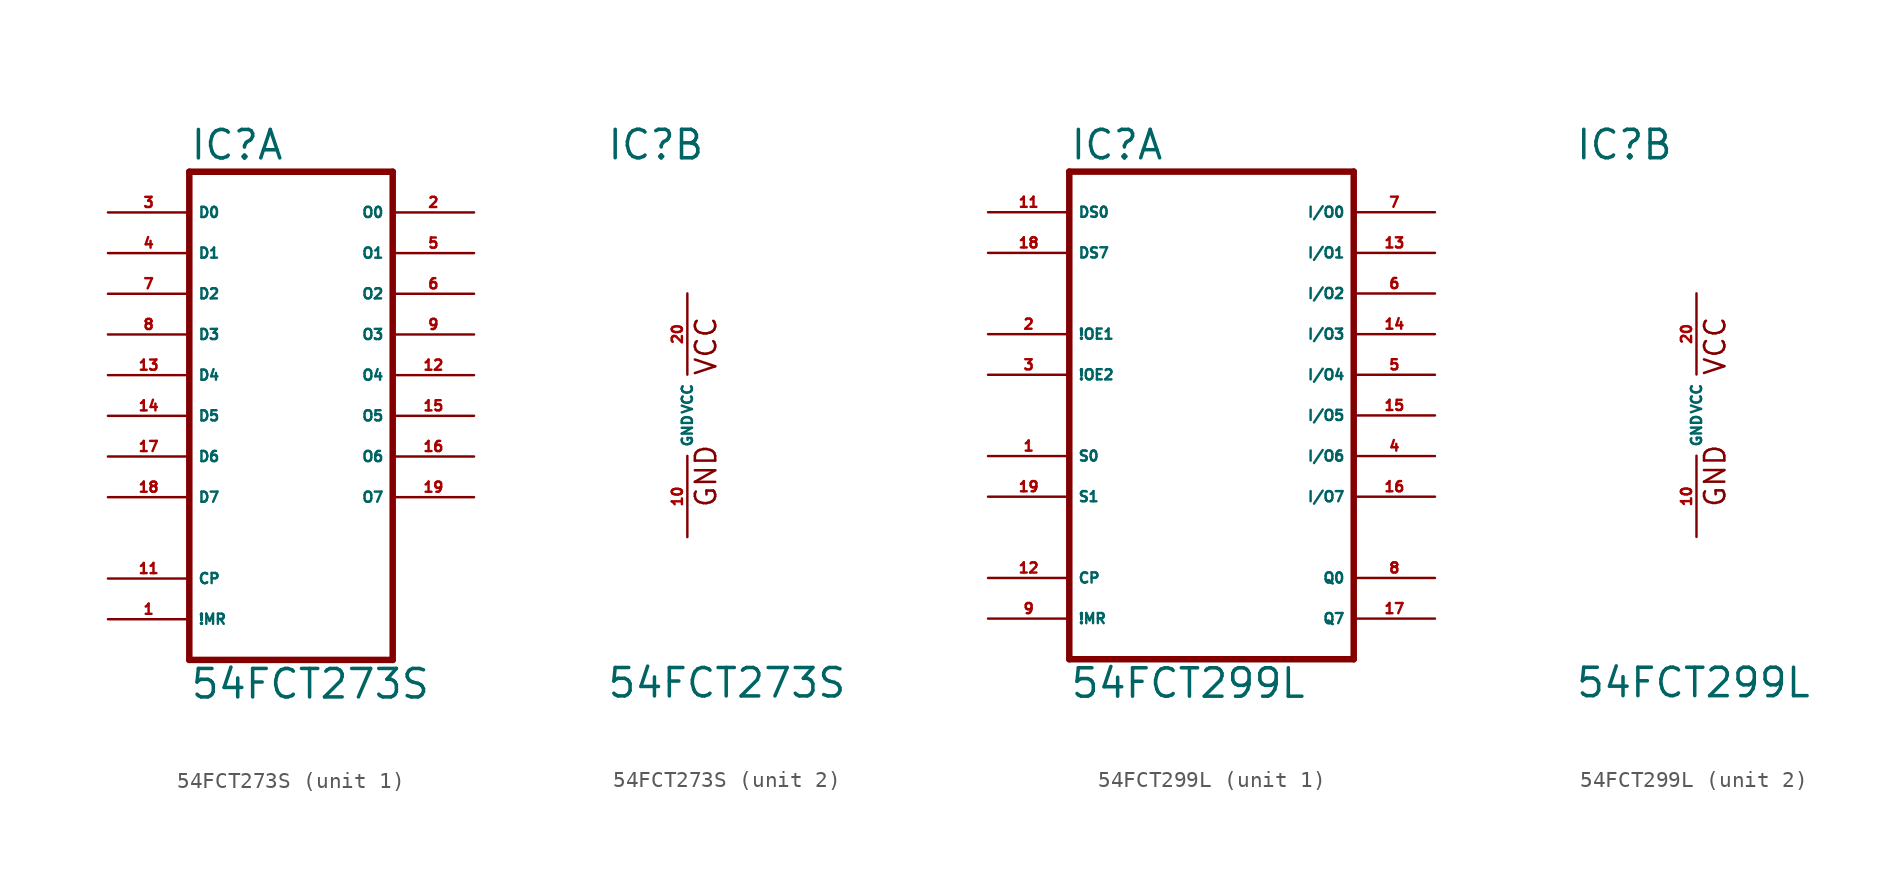
<source format=kicad_sym>
(kicad_symbol_lib
  (version 20220914)
  (generator Eagle2Kicad)
  (symbol "54FCT273S"
    (property "Reference" "IC"
      (at -5.08 15.875 0)
      (effects (font (size 1.778 1.778) (thickness 0.22)) (justify left bottom)))
    (property "Value" "54FCT273S"
      (at -5.08 -17.78 0)
      (effects (font (size 1.778 1.778) (thickness 0.22)) (justify left bottom)))
    (symbol "54FCT273S_1_0"
      (polyline (pts (xy -5.08 -15.24) (xy 7.62 -15.24)) (stroke (width 0.406) (type default)) (fill (type none)))
      (polyline (pts (xy 7.62 -15.24) (xy 7.62 15.24)) (stroke (width 0.406) (type default)) (fill (type none)))
      (polyline (pts (xy 7.62 15.24) (xy -5.08 15.24)) (stroke (width 0.406) (type default)) (fill (type none)))
      (polyline (pts (xy -5.08 15.24) (xy -5.08 -15.24)) (stroke (width 0.406) (type default)) (fill (type none)))
      (pin input line (at -10.16 12.7 0) (length 5.08) (name "D0" (effects (font (size 0.635 0.635) (thickness 0.08)) (justify left bottom))) (number "3" (effects (font (size 0.635 0.635) (thickness 0.08)) (justify left bottom))))
      (pin input line (at -10.16 10.16 0) (length 5.08) (name "D1" (effects (font (size 0.635 0.635) (thickness 0.08)) (justify left bottom))) (number "4" (effects (font (size 0.635 0.635) (thickness 0.08)) (justify left bottom))))
      (pin input line (at -10.16 7.62 0) (length 5.08) (name "D2" (effects (font (size 0.635 0.635) (thickness 0.08)) (justify left bottom))) (number "7" (effects (font (size 0.635 0.635) (thickness 0.08)) (justify left bottom))))
      (pin input line (at -10.16 5.08 0) (length 5.08) (name "D3" (effects (font (size 0.635 0.635) (thickness 0.08)) (justify left bottom))) (number "8" (effects (font (size 0.635 0.635) (thickness 0.08)) (justify left bottom))))
      (pin input line (at -10.16 2.54 0) (length 5.08) (name "D4" (effects (font (size 0.635 0.635) (thickness 0.08)) (justify left bottom))) (number "13" (effects (font (size 0.635 0.635) (thickness 0.08)) (justify left bottom))))
      (pin input line (at -10.16 0 0) (length 5.08) (name "D5" (effects (font (size 0.635 0.635) (thickness 0.08)) (justify left bottom))) (number "14" (effects (font (size 0.635 0.635) (thickness 0.08)) (justify left bottom))))
      (pin input line (at -10.16 -2.54 0) (length 5.08) (name "D6" (effects (font (size 0.635 0.635) (thickness 0.08)) (justify left bottom))) (number "17" (effects (font (size 0.635 0.635) (thickness 0.08)) (justify left bottom))))
      (pin input line (at -10.16 -5.08 0) (length 5.08) (name "D7" (effects (font (size 0.635 0.635) (thickness 0.08)) (justify left bottom))) (number "18" (effects (font (size 0.635 0.635) (thickness 0.08)) (justify left bottom))))
      (pin output line (at 12.7 12.7 180) (length 5.08) (name "O0" (effects (font (size 0.635 0.635) (thickness 0.08)) (justify left bottom))) (number "2" (effects (font (size 0.635 0.635) (thickness 0.08)) (justify left bottom))))
      (pin output line (at 12.7 10.16 180) (length 5.08) (name "O1" (effects (font (size 0.635 0.635) (thickness 0.08)) (justify left bottom))) (number "5" (effects (font (size 0.635 0.635) (thickness 0.08)) (justify left bottom))))
      (pin output line (at 12.7 7.62 180) (length 5.08) (name "O2" (effects (font (size 0.635 0.635) (thickness 0.08)) (justify left bottom))) (number "6" (effects (font (size 0.635 0.635) (thickness 0.08)) (justify left bottom))))
      (pin output line (at 12.7 5.08 180) (length 5.08) (name "O3" (effects (font (size 0.635 0.635) (thickness 0.08)) (justify left bottom))) (number "9" (effects (font (size 0.635 0.635) (thickness 0.08)) (justify left bottom))))
      (pin output line (at 12.7 2.54 180) (length 5.08) (name "O4" (effects (font (size 0.635 0.635) (thickness 0.08)) (justify left bottom))) (number "12" (effects (font (size 0.635 0.635) (thickness 0.08)) (justify left bottom))))
      (pin output line (at 12.7 0 180) (length 5.08) (name "O5" (effects (font (size 0.635 0.635) (thickness 0.08)) (justify left bottom))) (number "15" (effects (font (size 0.635 0.635) (thickness 0.08)) (justify left bottom))))
      (pin output line (at 12.7 -2.54 180) (length 5.08) (name "O6" (effects (font (size 0.635 0.635) (thickness 0.08)) (justify left bottom))) (number "16" (effects (font (size 0.635 0.635) (thickness 0.08)) (justify left bottom))))
      (pin output line (at 12.7 -5.08 180) (length 5.08) (name "O7" (effects (font (size 0.635 0.635) (thickness 0.08)) (justify left bottom))) (number "19" (effects (font (size 0.635 0.635) (thickness 0.08)) (justify left bottom))))
      (pin input line (at -10.16 -10.16 0) (length 5.08) (name "CP" (effects (font (size 0.635 0.635) (thickness 0.08)) (justify left bottom))) (number "11" (effects (font (size 0.635 0.635) (thickness 0.08)) (justify left bottom))))
      (pin input line (at -10.16 -12.7 0) (length 5.08) (name "!MR" (effects (font (size 0.635 0.635) (thickness 0.08)) (justify left bottom))) (number "1" (effects (font (size 0.635 0.635) (thickness 0.08)) (justify left bottom)))))
    (symbol "54FCT273S_2_0"
      (text "GND" (at 1.905 -5.842 900) (effects (font (size 1.27 1.27) (thickness 0.16)) (justify left bottom)))
      (text "VCC" (at 1.905 2.413 900) (effects (font (size 1.27 1.27) (thickness 0.16)) (justify left bottom)))
      (pin unspecified line (at 0 7.62 270) (length 5.08) (name "VCC" (effects (font (size 0.635 0.635) (thickness 0.08)) (justify left bottom))) (number "20" (effects (font (size 0.635 0.635) (thickness 0.08)) (justify left bottom))))
      (pin unspecified line (at 0 -7.62 90) (length 5.08) (name "GND" (effects (font (size 0.635 0.635) (thickness 0.08)) (justify left bottom))) (number "10" (effects (font (size 0.635 0.635) (thickness 0.08)) (justify left bottom))))))
  (symbol "54FCT299L"
    (property "Reference" "IC"
      (at -7.62 15.875 0)
      (effects (font (size 1.778 1.778) (thickness 0.22)) (justify left bottom)))
    (property "Value" "54FCT299L"
      (at -7.62 -17.78 0)
      (effects (font (size 1.778 1.778) (thickness 0.22)) (justify left bottom)))
    (symbol "54FCT299L_1_0"
      (polyline (pts (xy -7.62 -15.24) (xy 10.16 -15.24)) (stroke (width 0.406) (type default)) (fill (type none)))
      (polyline (pts (xy 10.16 -15.24) (xy 10.16 15.24)) (stroke (width 0.406) (type default)) (fill (type none)))
      (polyline (pts (xy 10.16 15.24) (xy -7.62 15.24)) (stroke (width 0.406) (type default)) (fill (type none)))
      (polyline (pts (xy -7.62 15.24) (xy -7.62 -15.24)) (stroke (width 0.406) (type default)) (fill (type none)))
      (pin bidirectional line (at 15.24 -5.08 180) (length 5.08) (name "I/O7" (effects (font (size 0.635 0.635) (thickness 0.08)) (justify left bottom))) (number "16" (effects (font (size 0.635 0.635) (thickness 0.08)) (justify left bottom))))
      (pin bidirectional line (at 15.24 -2.54 180) (length 5.08) (name "I/O6" (effects (font (size 0.635 0.635) (thickness 0.08)) (justify left bottom))) (number "4" (effects (font (size 0.635 0.635) (thickness 0.08)) (justify left bottom))))
      (pin bidirectional line (at 15.24 0 180) (length 5.08) (name "I/O5" (effects (font (size 0.635 0.635) (thickness 0.08)) (justify left bottom))) (number "15" (effects (font (size 0.635 0.635) (thickness 0.08)) (justify left bottom))))
      (pin bidirectional line (at 15.24 2.54 180) (length 5.08) (name "I/O4" (effects (font (size 0.635 0.635) (thickness 0.08)) (justify left bottom))) (number "5" (effects (font (size 0.635 0.635) (thickness 0.08)) (justify left bottom))))
      (pin bidirectional line (at 15.24 5.08 180) (length 5.08) (name "I/O3" (effects (font (size 0.635 0.635) (thickness 0.08)) (justify left bottom))) (number "14" (effects (font (size 0.635 0.635) (thickness 0.08)) (justify left bottom))))
      (pin bidirectional line (at 15.24 7.62 180) (length 5.08) (name "I/O2" (effects (font (size 0.635 0.635) (thickness 0.08)) (justify left bottom))) (number "6" (effects (font (size 0.635 0.635) (thickness 0.08)) (justify left bottom))))
      (pin bidirectional line (at 15.24 10.16 180) (length 5.08) (name "I/O1" (effects (font (size 0.635 0.635) (thickness 0.08)) (justify left bottom))) (number "13" (effects (font (size 0.635 0.635) (thickness 0.08)) (justify left bottom))))
      (pin bidirectional line (at 15.24 12.7 180) (length 5.08) (name "I/O0" (effects (font (size 0.635 0.635) (thickness 0.08)) (justify left bottom))) (number "7" (effects (font (size 0.635 0.635) (thickness 0.08)) (justify left bottom))))
      (pin bidirectional line (at -12.7 12.7 0) (length 5.08) (name "DS0" (effects (font (size 0.635 0.635) (thickness 0.08)) (justify left bottom))) (number "11" (effects (font (size 0.635 0.635) (thickness 0.08)) (justify left bottom))))
      (pin bidirectional line (at -12.7 10.16 0) (length 5.08) (name "DS7" (effects (font (size 0.635 0.635) (thickness 0.08)) (justify left bottom))) (number "18" (effects (font (size 0.635 0.635) (thickness 0.08)) (justify left bottom))))
      (pin bidirectional line (at -12.7 5.08 0) (length 5.08) (name "!OE1" (effects (font (size 0.635 0.635) (thickness 0.08)) (justify left bottom))) (number "2" (effects (font (size 0.635 0.635) (thickness 0.08)) (justify left bottom))))
      (pin bidirectional line (at -12.7 2.54 0) (length 5.08) (name "!OE2" (effects (font (size 0.635 0.635) (thickness 0.08)) (justify left bottom))) (number "3" (effects (font (size 0.635 0.635) (thickness 0.08)) (justify left bottom))))
      (pin bidirectional line (at -12.7 -2.54 0) (length 5.08) (name "S0" (effects (font (size 0.635 0.635) (thickness 0.08)) (justify left bottom))) (number "1" (effects (font (size 0.635 0.635) (thickness 0.08)) (justify left bottom))))
      (pin bidirectional line (at -12.7 -5.08 0) (length 5.08) (name "S1" (effects (font (size 0.635 0.635) (thickness 0.08)) (justify left bottom))) (number "19" (effects (font (size 0.635 0.635) (thickness 0.08)) (justify left bottom))))
      (pin bidirectional line (at -12.7 -10.16 0) (length 5.08) (name "CP" (effects (font (size 0.635 0.635) (thickness 0.08)) (justify left bottom))) (number "12" (effects (font (size 0.635 0.635) (thickness 0.08)) (justify left bottom))))
      (pin bidirectional line (at -12.7 -12.7 0) (length 5.08) (name "!MR" (effects (font (size 0.635 0.635) (thickness 0.08)) (justify left bottom))) (number "9" (effects (font (size 0.635 0.635) (thickness 0.08)) (justify left bottom))))
      (pin output line (at 15.24 -10.16 180) (length 5.08) (name "Q0" (effects (font (size 0.635 0.635) (thickness 0.08)) (justify left bottom))) (number "8" (effects (font (size 0.635 0.635) (thickness 0.08)) (justify left bottom))))
      (pin output line (at 15.24 -12.7 180) (length 5.08) (name "Q7" (effects (font (size 0.635 0.635) (thickness 0.08)) (justify left bottom))) (number "17" (effects (font (size 0.635 0.635) (thickness 0.08)) (justify left bottom)))))
    (symbol "54FCT299L_2_0"
      (text "GND" (at 1.905 -5.842 900) (effects (font (size 1.27 1.27) (thickness 0.16)) (justify left bottom)))
      (text "VCC" (at 1.905 2.413 900) (effects (font (size 1.27 1.27) (thickness 0.16)) (justify left bottom)))
      (pin unspecified line (at 0 7.62 270) (length 5.08) (name "VCC" (effects (font (size 0.635 0.635) (thickness 0.08)) (justify left bottom))) (number "20" (effects (font (size 0.635 0.635) (thickness 0.08)) (justify left bottom))))
      (pin unspecified line (at 0 -7.62 90) (length 5.08) (name "GND" (effects (font (size 0.635 0.635) (thickness 0.08)) (justify left bottom))) (number "10" (effects (font (size 0.635 0.635) (thickness 0.08)) (justify left bottom)))))))
</source>
